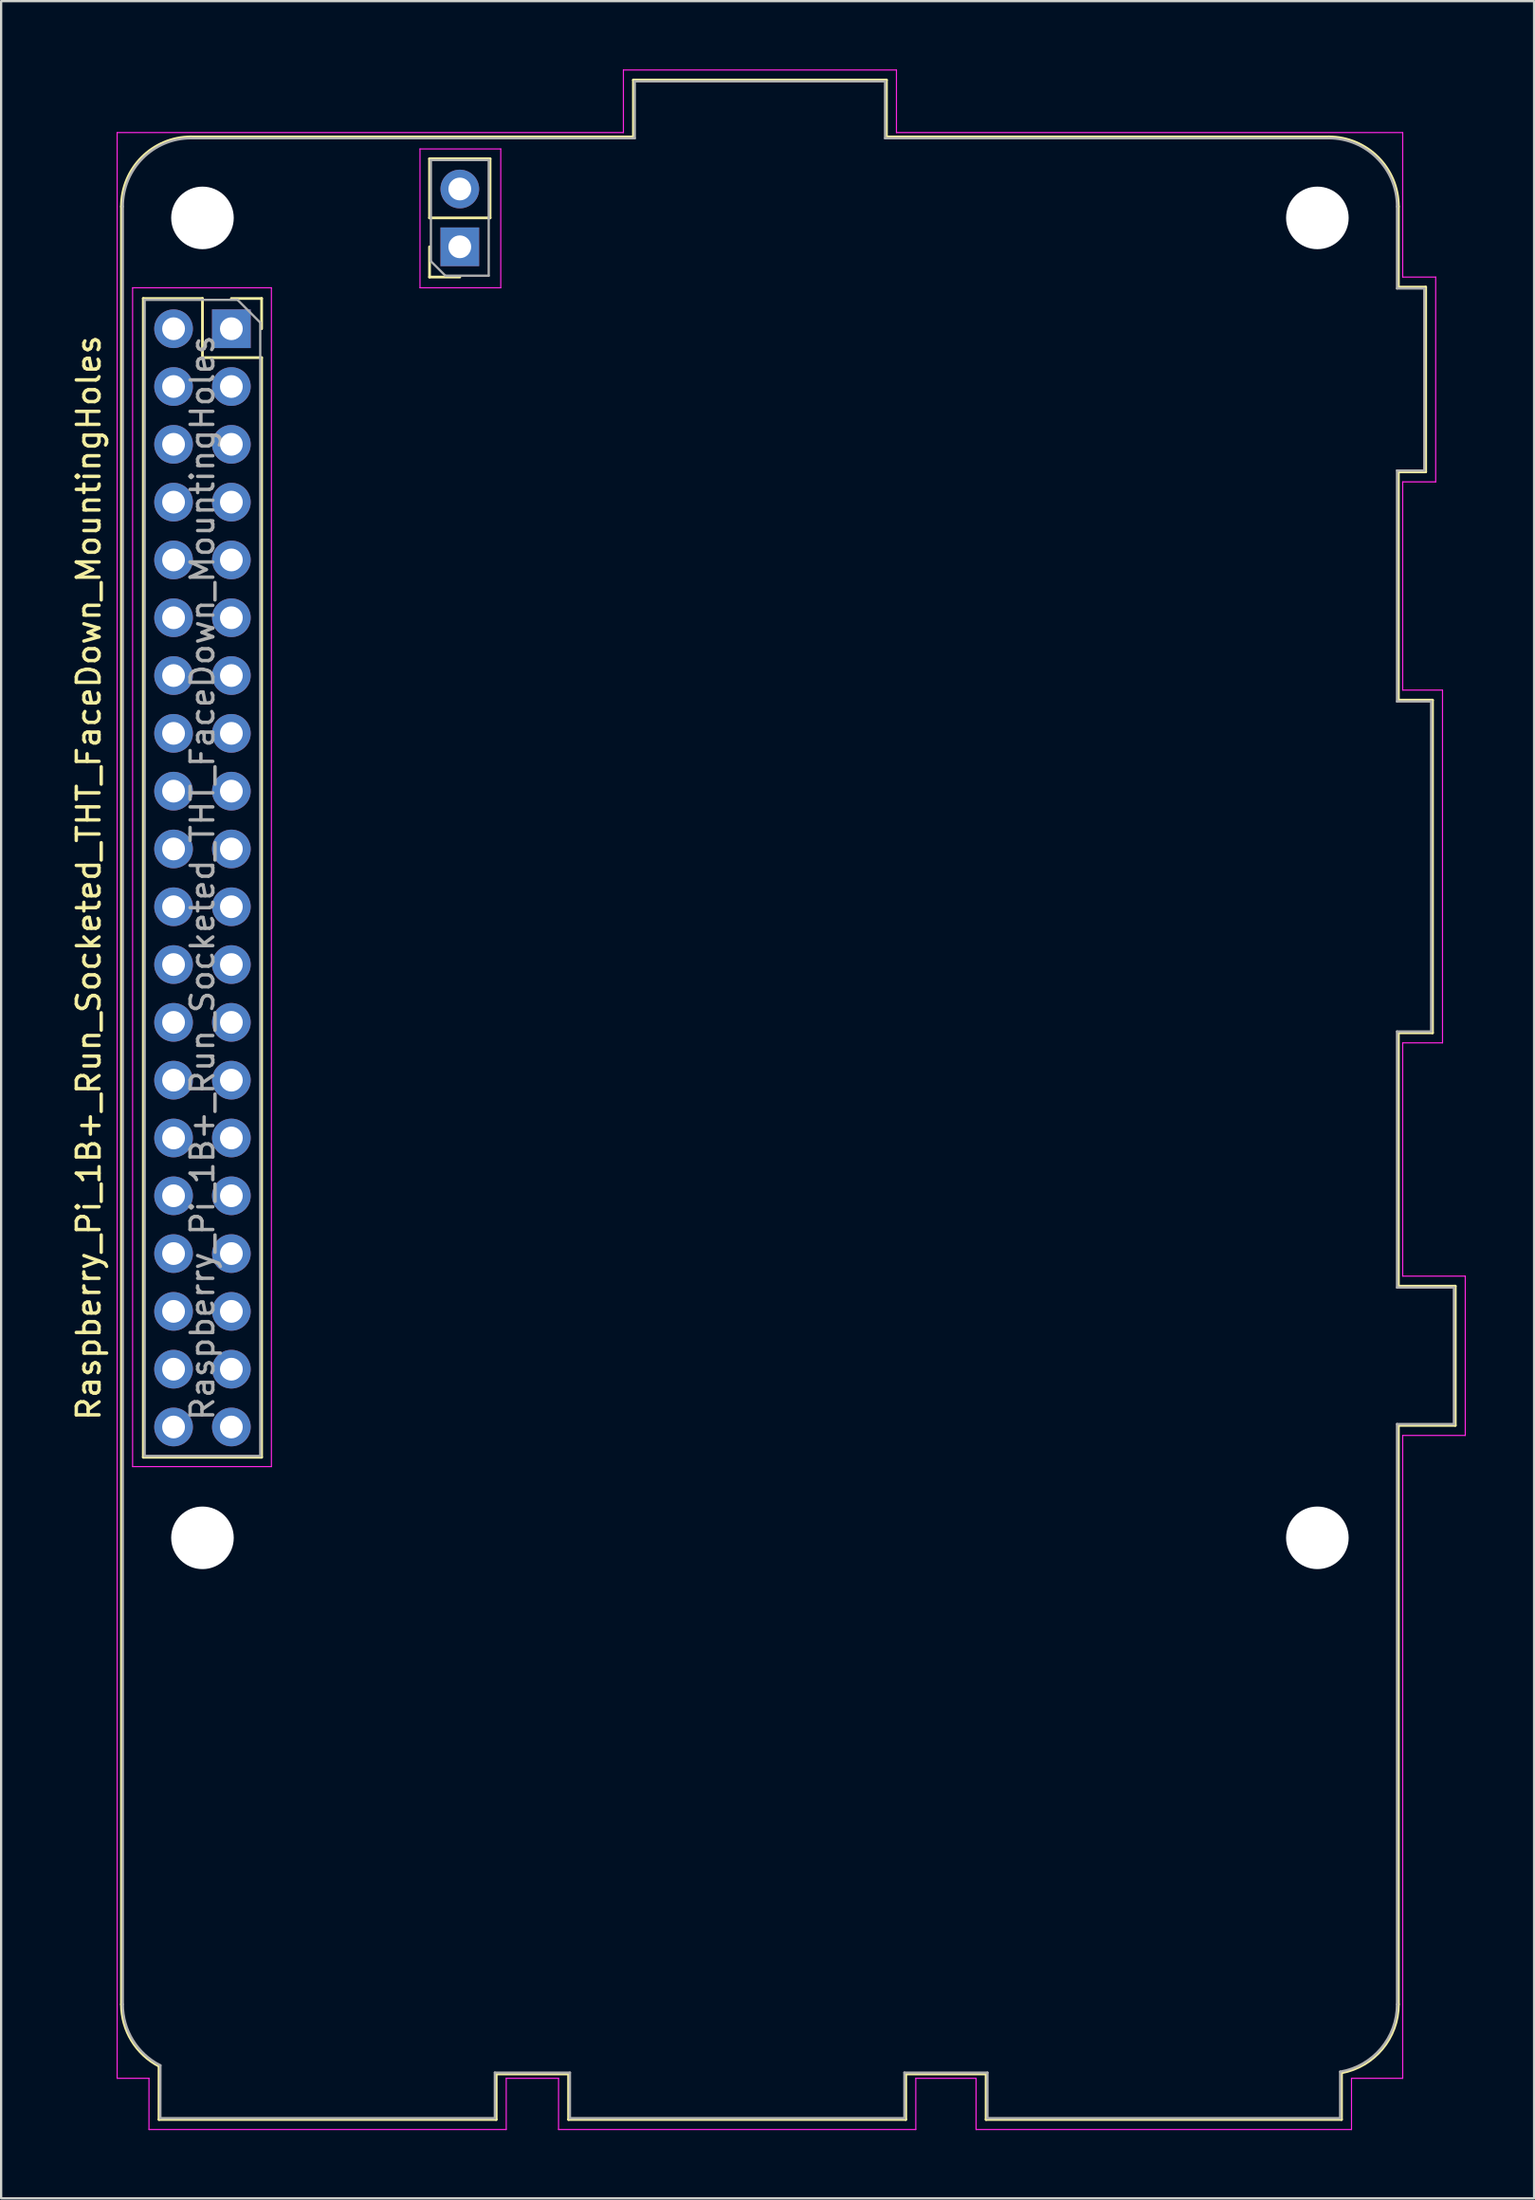
<source format=kicad_pcb>
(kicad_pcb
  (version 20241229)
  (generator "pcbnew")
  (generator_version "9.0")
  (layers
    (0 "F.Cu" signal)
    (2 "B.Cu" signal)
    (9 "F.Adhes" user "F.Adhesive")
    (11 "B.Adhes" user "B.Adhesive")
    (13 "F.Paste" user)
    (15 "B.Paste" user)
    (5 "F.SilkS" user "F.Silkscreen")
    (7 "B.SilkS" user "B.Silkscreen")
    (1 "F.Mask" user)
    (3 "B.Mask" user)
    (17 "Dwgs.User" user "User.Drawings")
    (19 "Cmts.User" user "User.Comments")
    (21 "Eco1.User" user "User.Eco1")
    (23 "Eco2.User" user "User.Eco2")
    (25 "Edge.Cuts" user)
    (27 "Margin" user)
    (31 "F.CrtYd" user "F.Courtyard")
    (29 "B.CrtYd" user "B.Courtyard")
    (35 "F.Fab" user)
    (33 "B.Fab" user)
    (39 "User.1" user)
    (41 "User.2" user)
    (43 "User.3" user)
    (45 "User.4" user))
  (footprint "Raspberry_Pi_1B+_Run_Socketed_THT_FaceDown_MountingHoles"
    (layer "F.Cu")
    (at 7.118 11.395)
    (property "Reference" "Raspberry_Pi_1B+_Run_Socketed_THT_FaceDown_MountingHoles" (at -6.27 24.13 90) (layer "F.SilkS") (effects (font (size 1 1) (thickness 0.15))))
    (attr through_hole)
    (fp_line (start -4.83 73.63) (end -4.83 -5.37) (stroke (width 0.12) (type solid)) (layer "F.SilkS"))
    (fp_line (start -3.87 -1.33) (end -3.87 49.59) (stroke (width 0.12) (type solid)) (layer "F.SilkS"))
    (fp_line (start -3.87 -1.33) (end -1.27 -1.33) (stroke (width 0.12) (type solid)) (layer "F.SilkS"))
    (fp_line (start -3.87 49.59) (end 1.33 49.59) (stroke (width 0.12) (type solid)) (layer "F.SilkS"))
    (fp_line (start -3.18 78.69) (end -3.178 76.347) (stroke (width 0.12) (type solid)) (layer "F.SilkS"))
    (fp_line (start -1.77 -8.43) (end 17.67 -8.43) (stroke (width 0.12) (type solid)) (layer "F.SilkS"))
    (fp_line (start -1.27 -1.33) (end -1.27 1.27) (stroke (width 0.12) (type solid)) (layer "F.SilkS"))
    (fp_line (start -1.27 1.27) (end 1.33 1.27) (stroke (width 0.12) (type solid)) (layer "F.SilkS"))
    (fp_line (start 0 -1.33) (end 1.33 -1.33) (stroke (width 0.12) (type solid)) (layer "F.SilkS"))
    (fp_line (start 1.33 -1.33) (end 1.33 0) (stroke (width 0.12) (type solid)) (layer "F.SilkS"))
    (fp_line (start 1.33 1.27) (end 1.33 49.59) (stroke (width 0.12) (type solid)) (layer "F.SilkS"))
    (fp_line (start 8.71 -4.87) (end 8.71 -7.47) (stroke (width 0.12) (type solid)) (layer "F.SilkS"))
    (fp_line (start 8.71 -2.27) (end 8.71 -3.6) (stroke (width 0.12) (type solid)) (layer "F.SilkS"))
    (fp_line (start 10.04 -2.27) (end 8.71 -2.27) (stroke (width 0.12) (type solid)) (layer "F.SilkS"))
    (fp_line (start 11.37 -7.47) (end 8.71 -7.47) (stroke (width 0.12) (type solid)) (layer "F.SilkS"))
    (fp_line (start 11.37 -4.87) (end 8.71 -4.87) (stroke (width 0.12) (type solid)) (layer "F.SilkS"))
    (fp_line (start 11.37 -4.87) (end 11.37 -7.47) (stroke (width 0.12) (type solid)) (layer "F.SilkS"))
    (fp_line (start 11.64 76.69) (end 11.64 78.69) (stroke (width 0.12) (type solid)) (layer "F.SilkS"))
    (fp_line (start 11.64 78.69) (end -3.18 78.69) (stroke (width 0.12) (type solid)) (layer "F.SilkS"))
    (fp_line (start 14.82 76.69) (end 11.64 76.69) (stroke (width 0.12) (type solid)) (layer "F.SilkS"))
    (fp_line (start 14.82 78.69) (end 14.82 76.69) (stroke (width 0.12) (type solid)) (layer "F.SilkS"))
    (fp_line (start 17.67 -10.93) (end 17.67 -8.43) (stroke (width 0.12) (type solid)) (layer "F.SilkS"))
    (fp_line (start 28.79 -10.93) (end 17.67 -10.93) (stroke (width 0.12) (type solid)) (layer "F.SilkS"))
    (fp_line (start 28.79 -8.43) (end 28.79 -10.93) (stroke (width 0.12) (type solid)) (layer "F.SilkS"))
    (fp_line (start 29.64 76.69) (end 29.64 78.69) (stroke (width 0.12) (type solid)) (layer "F.SilkS"))
    (fp_line (start 29.64 78.69) (end 14.82 78.69) (stroke (width 0.12) (type solid)) (layer "F.SilkS"))
    (fp_line (start 33.17 76.69) (end 29.64 76.69) (stroke (width 0.12) (type solid)) (layer "F.SilkS"))
    (fp_line (start 33.17 78.69) (end 33.17 76.69) (stroke (width 0.12) (type solid)) (layer "F.SilkS"))
    (fp_line (start 48.23 -8.43) (end 28.79 -8.43) (stroke (width 0.12) (type solid)) (layer "F.SilkS"))
    (fp_line (start 48.79 78.69) (end 33.17 78.69) (stroke (width 0.12) (type solid)) (layer "F.SilkS"))
    (fp_line (start 48.79 78.69) (end 48.79 76.638) (stroke (width 0.12) (type solid)) (layer "F.SilkS"))
    (fp_line (start 51.29 -5.37) (end 51.29 -1.83) (stroke (width 0.12) (type solid)) (layer "F.SilkS"))
    (fp_line (start 51.29 -1.83) (end 52.49 -1.83) (stroke (width 0.12) (type solid)) (layer "F.SilkS"))
    (fp_line (start 51.29 6.29) (end 51.29 16.32) (stroke (width 0.12) (type solid)) (layer "F.SilkS"))
    (fp_line (start 51.29 16.32) (end 52.79 16.32) (stroke (width 0.12) (type solid)) (layer "F.SilkS"))
    (fp_line (start 51.29 30.94) (end 51.29 42.07) (stroke (width 0.12) (type solid)) (layer "F.SilkS"))
    (fp_line (start 51.29 42.07) (end 53.79 42.07) (stroke (width 0.12) (type solid)) (layer "F.SilkS"))
    (fp_line (start 51.29 48.19) (end 51.29 73.63) (stroke (width 0.12) (type solid)) (layer "F.SilkS"))
    (fp_line (start 52.49 -1.83) (end 52.49 6.29) (stroke (width 0.12) (type solid)) (layer "F.SilkS"))
    (fp_line (start 52.49 6.29) (end 51.29 6.29) (stroke (width 0.12) (type solid)) (layer "F.SilkS"))
    (fp_line (start 52.79 16.32) (end 52.79 30.94) (stroke (width 0.12) (type solid)) (layer "F.SilkS"))
    (fp_line (start 52.79 30.94) (end 51.29 30.94) (stroke (width 0.12) (type solid)) (layer "F.SilkS"))
    (fp_line (start 53.79 42.07) (end 53.79 48.19) (stroke (width 0.12) (type solid)) (layer "F.SilkS"))
    (fp_line (start 53.79 48.19) (end 51.29 48.19) (stroke (width 0.12) (type solid)) (layer "F.SilkS"))
    (fp_arc (start -4.83 -5.37) (mid -3.933747 -7.533747) (end -1.77 -8.43) (stroke (width 0.12) (type solid)) (layer "F.SilkS"))
    (fp_arc (start -3.178211 76.346715) (mid -4.384644 75.219728) (end -4.83 73.63) (stroke (width 0.12) (type solid)) (layer "F.SilkS"))
    (fp_arc (start 48.23 -8.43) (mid 50.393747 -7.533747) (end 51.29 -5.37) (stroke (width 0.12) (type solid)) (layer "F.SilkS"))
    (fp_arc (start 51.29 73.63) (mid 50.583325 75.585879) (end 48.789698 76.638378) (stroke (width 0.12) (type solid)) (layer "F.SilkS"))
    (fp_line (start -5.02 -8.62) (end 17.23 -8.62) (stroke (width 0.05) (type solid)) (layer "F.CrtYd"))
    (fp_line (start -5.02 76.88) (end -5.02 -8.62) (stroke (width 0.05) (type solid)) (layer "F.CrtYd"))
    (fp_line (start -4.34 -1.8) (end 1.76 -1.8) (stroke (width 0.05) (type solid)) (layer "F.CrtYd"))
    (fp_line (start -4.34 50) (end -4.34 -1.8) (stroke (width 0.05) (type solid)) (layer "F.CrtYd"))
    (fp_line (start -3.62 76.88) (end -5.02 76.88) (stroke (width 0.05) (type solid)) (layer "F.CrtYd"))
    (fp_line (start -3.62 79.13) (end -3.62 76.88) (stroke (width 0.05) (type solid)) (layer "F.CrtYd"))
    (fp_line (start 1.76 -1.8) (end 1.76 50) (stroke (width 0.05) (type solid)) (layer "F.CrtYd"))
    (fp_line (start 1.76 50) (end -4.34 50) (stroke (width 0.05) (type solid)) (layer "F.CrtYd"))
    (fp_line (start 8.29 -7.9) (end 11.84 -7.9) (stroke (width 0.05) (type solid)) (layer "F.CrtYd"))
    (fp_line (start 8.29 -1.8) (end 8.29 -7.9) (stroke (width 0.05) (type solid)) (layer "F.CrtYd"))
    (fp_line (start 11.84 -7.9) (end 11.84 -1.8) (stroke (width 0.05) (type solid)) (layer "F.CrtYd"))
    (fp_line (start 11.84 -1.8) (end 8.29 -1.8) (stroke (width 0.05) (type solid)) (layer "F.CrtYd"))
    (fp_line (start 12.08 76.88) (end 12.08 79.13) (stroke (width 0.05) (type solid)) (layer "F.CrtYd"))
    (fp_line (start 12.08 79.13) (end -3.62 79.13) (stroke (width 0.05) (type solid)) (layer "F.CrtYd"))
    (fp_line (start 14.38 76.88) (end 12.08 76.88) (stroke (width 0.05) (type solid)) (layer "F.CrtYd"))
    (fp_line (start 14.38 79.13) (end 14.38 76.88) (stroke (width 0.05) (type solid)) (layer "F.CrtYd"))
    (fp_line (start 17.23 -11.37) (end 29.23 -11.37) (stroke (width 0.05) (type solid)) (layer "F.CrtYd"))
    (fp_line (start 17.23 -8.62) (end 17.23 -11.37) (stroke (width 0.05) (type solid)) (layer "F.CrtYd"))
    (fp_line (start 29.23 -11.37) (end 29.23 -8.62) (stroke (width 0.05) (type solid)) (layer "F.CrtYd"))
    (fp_line (start 29.23 -8.62) (end 51.48 -8.62) (stroke (width 0.05) (type solid)) (layer "F.CrtYd"))
    (fp_line (start 30.08 76.88) (end 30.08 79.13) (stroke (width 0.05) (type solid)) (layer "F.CrtYd"))
    (fp_line (start 30.08 79.13) (end 14.38 79.13) (stroke (width 0.05) (type solid)) (layer "F.CrtYd"))
    (fp_line (start 32.73 76.88) (end 30.08 76.88) (stroke (width 0.05) (type solid)) (layer "F.CrtYd"))
    (fp_line (start 32.73 79.13) (end 32.73 76.88) (stroke (width 0.05) (type solid)) (layer "F.CrtYd"))
    (fp_line (start 49.23 76.88) (end 49.23 79.13) (stroke (width 0.05) (type solid)) (layer "F.CrtYd"))
    (fp_line (start 49.23 79.13) (end 32.73 79.13) (stroke (width 0.05) (type solid)) (layer "F.CrtYd"))
    (fp_line (start 51.48 -8.62) (end 51.48 -2.27) (stroke (width 0.05) (type solid)) (layer "F.CrtYd"))
    (fp_line (start 51.48 -2.27) (end 52.93 -2.27) (stroke (width 0.05) (type solid)) (layer "F.CrtYd"))
    (fp_line (start 51.48 6.73) (end 51.48 15.88) (stroke (width 0.05) (type solid)) (layer "F.CrtYd"))
    (fp_line (start 51.48 15.88) (end 53.23 15.88) (stroke (width 0.05) (type solid)) (layer "F.CrtYd"))
    (fp_line (start 51.48 31.38) (end 51.48 41.63) (stroke (width 0.05) (type solid)) (layer "F.CrtYd"))
    (fp_line (start 51.48 41.63) (end 54.23 41.63) (stroke (width 0.05) (type solid)) (layer "F.CrtYd"))
    (fp_line (start 51.48 48.63) (end 51.48 76.88) (stroke (width 0.05) (type solid)) (layer "F.CrtYd"))
    (fp_line (start 51.48 76.88) (end 49.23 76.88) (stroke (width 0.05) (type solid)) (layer "F.CrtYd"))
    (fp_line (start 52.93 -2.27) (end 52.93 6.73) (stroke (width 0.05) (type solid)) (layer "F.CrtYd"))
    (fp_line (start 52.93 6.73) (end 51.48 6.73) (stroke (width 0.05) (type solid)) (layer "F.CrtYd"))
    (fp_line (start 53.23 15.88) (end 53.23 31.38) (stroke (width 0.05) (type solid)) (layer "F.CrtYd"))
    (fp_line (start 53.23 31.38) (end 51.48 31.38) (stroke (width 0.05) (type solid)) (layer "F.CrtYd"))
    (fp_line (start 54.23 41.63) (end 54.23 48.63) (stroke (width 0.05) (type solid)) (layer "F.CrtYd"))
    (fp_line (start 54.23 48.63) (end 51.48 48.63) (stroke (width 0.05) (type solid)) (layer "F.CrtYd"))
    (fp_line (start -4.77 73.63) (end -4.77 -5.37) (stroke (width 0.1) (type solid)) (layer "F.Fab"))
    (fp_line (start -3.81 -1.27) (end 0.27 -1.27) (stroke (width 0.1) (type solid)) (layer "F.Fab"))
    (fp_line (start -3.81 49.53) (end -3.81 -1.27) (stroke (width 0.1) (type solid)) (layer "F.Fab"))
    (fp_line (start -3.12 78.63) (end 11.58 78.63) (stroke (width 0.1) (type solid)) (layer "F.Fab"))
    (fp_line (start -3.118 76.31) (end -3.12 78.63) (stroke (width 0.1) (type solid)) (layer "F.Fab"))
    (fp_line (start -1.77 -8.37) (end 17.73 -8.37) (stroke (width 0.1) (type solid)) (layer "F.Fab"))
    (fp_line (start 0.27 -1.27) (end 1.27 -0.27) (stroke (width 0.1) (type solid)) (layer "F.Fab"))
    (fp_line (start 1.27 -0.27) (end 1.27 49.53) (stroke (width 0.1) (type solid)) (layer "F.Fab"))
    (fp_line (start 1.27 49.53) (end -3.81 49.53) (stroke (width 0.1) (type solid)) (layer "F.Fab"))
    (fp_line (start 8.77 -7.41) (end 11.31 -7.41) (stroke (width 0.1) (type solid)) (layer "F.Fab"))
    (fp_line (start 8.77 -2.965) (end 8.77 -7.41) (stroke (width 0.1) (type solid)) (layer "F.Fab"))
    (fp_line (start 9.405 -2.33) (end 8.77 -2.965) (stroke (width 0.1) (type solid)) (layer "F.Fab"))
    (fp_line (start 11.31 -7.41) (end 11.31 -2.33) (stroke (width 0.1) (type solid)) (layer "F.Fab"))
    (fp_line (start 11.31 -2.33) (end 9.405 -2.33) (stroke (width 0.1) (type solid)) (layer "F.Fab"))
    (fp_line (start 11.58 76.63) (end 14.88 76.63) (stroke (width 0.1) (type solid)) (layer "F.Fab"))
    (fp_line (start 11.58 78.63) (end 11.58 76.63) (stroke (width 0.1) (type solid)) (layer "F.Fab"))
    (fp_line (start 14.88 76.63) (end 14.88 78.63) (stroke (width 0.1) (type solid)) (layer "F.Fab"))
    (fp_line (start 14.88 78.63) (end 29.58 78.63) (stroke (width 0.1) (type solid)) (layer "F.Fab"))
    (fp_line (start 17.73 -10.87) (end 17.73 -8.37) (stroke (width 0.1) (type solid)) (layer "F.Fab"))
    (fp_line (start 28.73 -10.87) (end 17.73 -10.87) (stroke (width 0.1) (type solid)) (layer "F.Fab"))
    (fp_line (start 28.73 -8.37) (end 28.73 -10.87) (stroke (width 0.1) (type solid)) (layer "F.Fab"))
    (fp_line (start 29.58 76.63) (end 33.23 76.63) (stroke (width 0.1) (type solid)) (layer "F.Fab"))
    (fp_line (start 29.58 78.63) (end 29.58 76.63) (stroke (width 0.1) (type solid)) (layer "F.Fab"))
    (fp_line (start 33.23 76.63) (end 33.23 78.63) (stroke (width 0.1) (type solid)) (layer "F.Fab"))
    (fp_line (start 33.23 78.63) (end 48.73 78.63) (stroke (width 0.1) (type solid)) (layer "F.Fab"))
    (fp_line (start 48.23 -8.37) (end 28.73 -8.37) (stroke (width 0.1) (type solid)) (layer "F.Fab"))
    (fp_line (start 48.73 78.63) (end 48.73 76.588) (stroke (width 0.1) (type solid)) (layer "F.Fab"))
    (fp_line (start 51.23 -5.37) (end 51.23 -1.77) (stroke (width 0.1) (type solid)) (layer "F.Fab"))
    (fp_line (start 51.23 -1.77) (end 52.43 -1.77) (stroke (width 0.1) (type solid)) (layer "F.Fab"))
    (fp_line (start 51.23 6.23) (end 51.23 16.38) (stroke (width 0.1) (type solid)) (layer "F.Fab"))
    (fp_line (start 51.23 16.38) (end 52.73 16.38) (stroke (width 0.1) (type solid)) (layer "F.Fab"))
    (fp_line (start 51.23 30.88) (end 51.23 42.13) (stroke (width 0.1) (type solid)) (layer "F.Fab"))
    (fp_line (start 51.23 42.13) (end 53.73 42.13) (stroke (width 0.1) (type solid)) (layer "F.Fab"))
    (fp_line (start 51.23 48.13) (end 51.23 73.63) (stroke (width 0.1) (type solid)) (layer "F.Fab"))
    (fp_line (start 52.43 -1.77) (end 52.43 6.23) (stroke (width 0.1) (type solid)) (layer "F.Fab"))
    (fp_line (start 52.43 6.23) (end 51.23 6.23) (stroke (width 0.1) (type solid)) (layer "F.Fab"))
    (fp_line (start 52.73 16.38) (end 52.73 30.88) (stroke (width 0.1) (type solid)) (layer "F.Fab"))
    (fp_line (start 52.73 30.88) (end 51.23 30.88) (stroke (width 0.1) (type solid)) (layer "F.Fab"))
    (fp_line (start 53.73 42.13) (end 53.73 48.13) (stroke (width 0.1) (type solid)) (layer "F.Fab"))
    (fp_line (start 53.73 48.13) (end 51.23 48.13) (stroke (width 0.1) (type solid)) (layer "F.Fab"))
    (fp_arc (start -4.77 -5.37) (mid -3.89132 -7.49132) (end -1.77 -8.37) (stroke (width 0.1) (type solid)) (layer "F.Fab"))
    (fp_arc (start -3.117957 76.310114) (mid -4.323808 75.204187) (end -4.77 73.63) (stroke (width 0.1) (type solid)) (layer "F.Fab"))
    (fp_arc (start 48.23 -8.37) (mid 50.35132 -7.49132) (end 51.23 -5.37) (stroke (width 0.1) (type solid)) (layer "F.Fab"))
    (fp_arc (start 51.23 73.63) (mid 50.521388 75.566373) (end 48.730306 76.587988) (stroke (width 0.1) (type solid)) (layer "F.Fab"))
    (fp_text user "${REFERENCE}" (at -1.27 24.13 90) (layer "F.Fab") (effects (font (size 1 1) (thickness 0.15))))
    (pad "" np_thru_hole circle (at -1.27 -4.87 90) (size 2.75 2.75) (drill 2.75) (layers "*.Cu" "*.Mask"))
    (pad "" np_thru_hole circle (at -1.27 53.13 90) (size 2.75 2.75) (drill 2.75) (layers "*.Cu" "*.Mask"))
    (pad "" np_thru_hole circle (at 47.73 -4.87 90) (size 2.75 2.75) (drill 2.75) (layers "*.Cu" "*.Mask"))
    (pad "" np_thru_hole circle (at 47.73 53.13 90) (size 2.75 2.75) (drill 2.75) (layers "*.Cu" "*.Mask"))
    (pad "1" thru_hole rect (at 0 0) (size 1.7 1.7) (drill 1) (layers "*.Cu" "*.Mask"))
    (pad "2" thru_hole oval (at -2.54 0) (size 1.7 1.7) (drill 1) (layers "*.Cu" "*.Mask"))
    (pad "3" thru_hole oval (at 0 2.54) (size 1.7 1.7) (drill 1) (layers "*.Cu" "*.Mask"))
    (pad "4" thru_hole oval (at -2.54 2.54) (size 1.7 1.7) (drill 1) (layers "*.Cu" "*.Mask"))
    (pad "5" thru_hole oval (at 0 5.08) (size 1.7 1.7) (drill 1) (layers "*.Cu" "*.Mask"))
    (pad "6" thru_hole oval (at -2.54 5.08) (size 1.7 1.7) (drill 1) (layers "*.Cu" "*.Mask"))
    (pad "7" thru_hole oval (at 0 7.62) (size 1.7 1.7) (drill 1) (layers "*.Cu" "*.Mask"))
    (pad "8" thru_hole oval (at -2.54 7.62) (size 1.7 1.7) (drill 1) (layers "*.Cu" "*.Mask"))
    (pad "9" thru_hole oval (at 0 10.16) (size 1.7 1.7) (drill 1) (layers "*.Cu" "*.Mask"))
    (pad "10" thru_hole oval (at -2.54 10.16) (size 1.7 1.7) (drill 1) (layers "*.Cu" "*.Mask"))
    (pad "11" thru_hole oval (at 0 12.7) (size 1.7 1.7) (drill 1) (layers "*.Cu" "*.Mask"))
    (pad "12" thru_hole oval (at -2.54 12.7) (size 1.7 1.7) (drill 1) (layers "*.Cu" "*.Mask"))
    (pad "13" thru_hole oval (at 0 15.24) (size 1.7 1.7) (drill 1) (layers "*.Cu" "*.Mask"))
    (pad "14" thru_hole oval (at -2.54 15.24) (size 1.7 1.7) (drill 1) (layers "*.Cu" "*.Mask"))
    (pad "15" thru_hole oval (at 0 17.78) (size 1.7 1.7) (drill 1) (layers "*.Cu" "*.Mask"))
    (pad "16" thru_hole oval (at -2.54 17.78) (size 1.7 1.7) (drill 1) (layers "*.Cu" "*.Mask"))
    (pad "17" thru_hole oval (at 0 20.32) (size 1.7 1.7) (drill 1) (layers "*.Cu" "*.Mask"))
    (pad "18" thru_hole oval (at -2.54 20.32) (size 1.7 1.7) (drill 1) (layers "*.Cu" "*.Mask"))
    (pad "19" thru_hole oval (at 0 22.86) (size 1.7 1.7) (drill 1) (layers "*.Cu" "*.Mask"))
    (pad "20" thru_hole oval (at -2.54 22.86) (size 1.7 1.7) (drill 1) (layers "*.Cu" "*.Mask"))
    (pad "21" thru_hole oval (at 0 25.4) (size 1.7 1.7) (drill 1) (layers "*.Cu" "*.Mask"))
    (pad "22" thru_hole oval (at -2.54 25.4) (size 1.7 1.7) (drill 1) (layers "*.Cu" "*.Mask"))
    (pad "23" thru_hole oval (at 0 27.94) (size 1.7 1.7) (drill 1) (layers "*.Cu" "*.Mask"))
    (pad "24" thru_hole oval (at -2.54 27.94) (size 1.7 1.7) (drill 1) (layers "*.Cu" "*.Mask"))
    (pad "25" thru_hole oval (at 0 30.48) (size 1.7 1.7) (drill 1) (layers "*.Cu" "*.Mask"))
    (pad "26" thru_hole oval (at -2.54 30.48) (size 1.7 1.7) (drill 1) (layers "*.Cu" "*.Mask"))
    (pad "27" thru_hole oval (at 0 33.02) (size 1.7 1.7) (drill 1) (layers "*.Cu" "*.Mask"))
    (pad "28" thru_hole oval (at -2.54 33.02) (size 1.7 1.7) (drill 1) (layers "*.Cu" "*.Mask"))
    (pad "29" thru_hole oval (at 0 35.56) (size 1.7 1.7) (drill 1) (layers "*.Cu" "*.Mask"))
    (pad "30" thru_hole oval (at -2.54 35.56) (size 1.7 1.7) (drill 1) (layers "*.Cu" "*.Mask"))
    (pad "31" thru_hole oval (at 0 38.1) (size 1.7 1.7) (drill 1) (layers "*.Cu" "*.Mask"))
    (pad "32" thru_hole oval (at -2.54 38.1) (size 1.7 1.7) (drill 1) (layers "*.Cu" "*.Mask"))
    (pad "33" thru_hole oval (at 0 40.64) (size 1.7 1.7) (drill 1) (layers "*.Cu" "*.Mask"))
    (pad "34" thru_hole oval (at -2.54 40.64) (size 1.7 1.7) (drill 1) (layers "*.Cu" "*.Mask"))
    (pad "35" thru_hole oval (at 0 43.18) (size 1.7 1.7) (drill 1) (layers "*.Cu" "*.Mask"))
    (pad "36" thru_hole oval (at -2.54 43.18) (size 1.7 1.7) (drill 1) (layers "*.Cu" "*.Mask"))
    (pad "37" thru_hole oval (at 0 45.72) (size 1.7 1.7) (drill 1) (layers "*.Cu" "*.Mask"))
    (pad "38" thru_hole oval (at -2.54 45.72) (size 1.7 1.7) (drill 1) (layers "*.Cu" "*.Mask"))
    (pad "39" thru_hole oval (at 0 48.26) (size 1.7 1.7) (drill 1) (layers "*.Cu" "*.Mask"))
    (pad "40" thru_hole oval (at -2.54 48.26) (size 1.7 1.7) (drill 1) (layers "*.Cu" "*.Mask"))
    (pad "41" thru_hole rect (at 10.04 -3.6 180) (size 1.7 1.7) (drill 1) (layers "*.Cu" "*.Mask"))
    (pad "42" thru_hole oval (at 10.04 -6.14 180) (size 1.7 1.7) (drill 1) (layers "*.Cu" "*.Mask")))
  (gr_rect
    (start -3 -3)
    (end 64.373 93.55)
    (stroke (width 0.1) (type default))
    (fill no)
    (layer "Edge.Cuts")))
</source>
